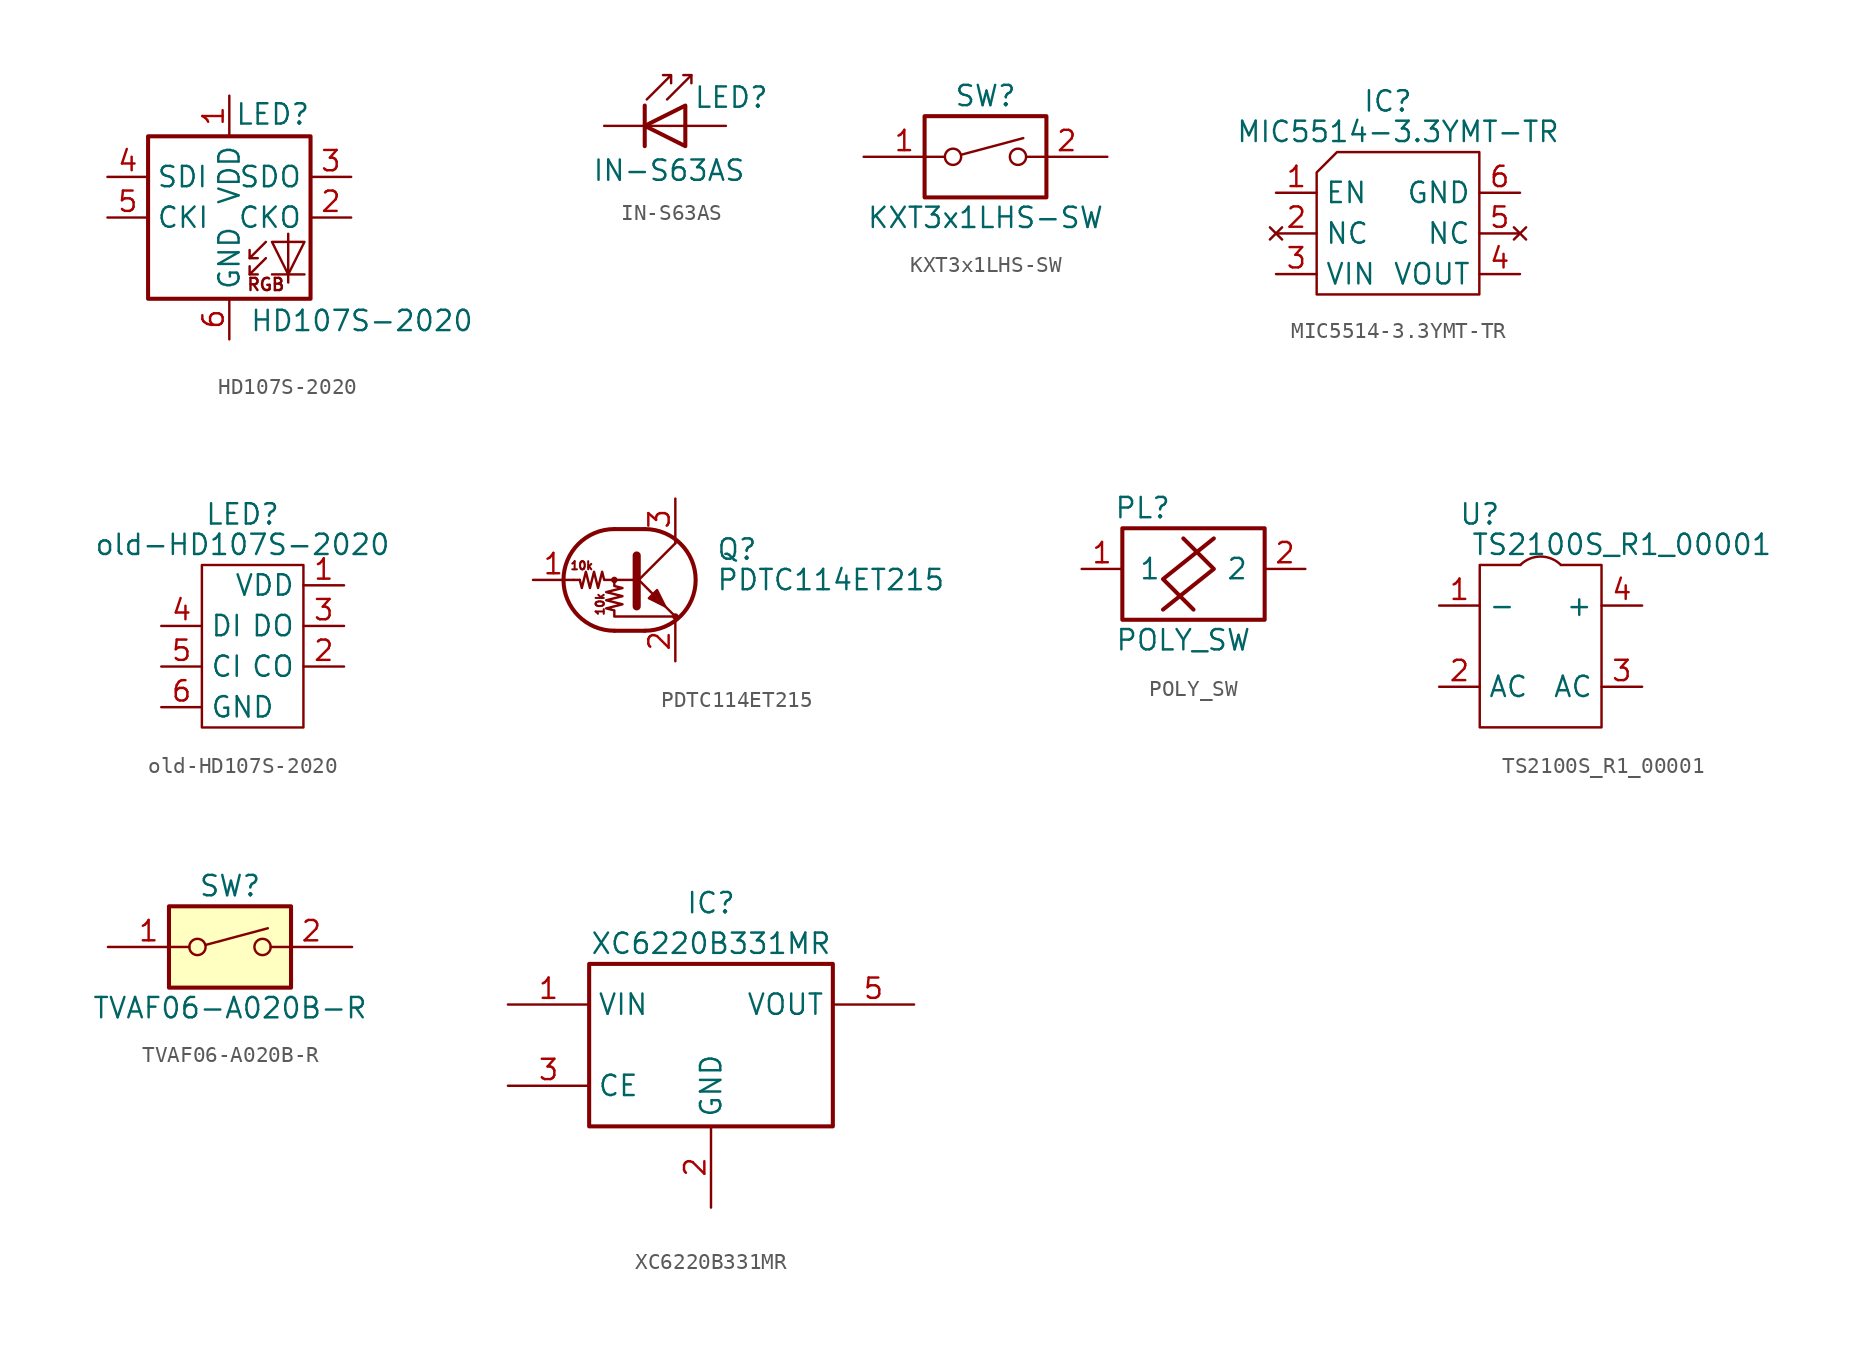
<source format=kicad_sym>
(kicad_symbol_lib
  (version 20211014)
  (generator kicad_symbol_editor)
  (symbol "HD107S-2020"
    (property "Reference" "LED"
      (at 5.08 5.715 0)
      (effects (font (size 1.27 1.27)) (justify right bottom)))
    (property "Value" "HD107S-2020"
      (at 1.27 -5.715 0)
      (effects (font (size 1.27 1.27)) (justify left top)))
    (symbol "HD107S-2020_0_0"
      (text "RGB" (at 2.286 -4.191 0) (effects (font (size 0.762 0.762)))))
    (symbol "HD107S-2020_0_1"
      (polyline (pts (xy 1.27 -3.556) (xy 1.778 -3.556)) (stroke (width 0) (type default) (color 0 0 0 0)) (fill (type none)))
      (polyline (pts (xy 1.27 -2.54) (xy 1.778 -2.54)) (stroke (width 0) (type default) (color 0 0 0 0)) (fill (type none)))
      (polyline (pts (xy 4.699 -3.556) (xy 2.667 -3.556)) (stroke (width 0) (type default) (color 0 0 0 0)) (fill (type none)))
      (polyline (pts (xy 2.286 -2.54) (xy 1.27 -3.556) (xy 1.27 -3.048)) (stroke (width 0) (type default) (color 0 0 0 0)) (fill (type none)))
      (polyline (pts (xy 2.286 -1.524) (xy 1.27 -2.54) (xy 1.27 -2.032)) (stroke (width 0) (type default) (color 0 0 0 0)) (fill (type none)))
      (polyline (pts (xy 3.683 -1.016) (xy 3.683 -3.556) (xy 3.683 -4.064)) (stroke (width 0) (type default) (color 0 0 0 0)) (fill (type none)))
      (polyline (pts (xy 4.699 -1.524) (xy 2.667 -1.524) (xy 3.683 -3.556) (xy 4.699 -1.524)) (stroke (width 0) (type default) (color 0 0 0 0)) (fill (type none)))
      (rectangle (start 5.08 5.08) (end -5.08 -5.08) (stroke (width 0.254) (type default) (color 0 0 0 0)) (fill (type none))))
    (symbol "HD107S-2020_1_1"
      (pin power_in line (at 0 7.62 270) (length 2.54) (name "VDD" (effects (font (size 1.27 1.27)))) (number "1" (effects (font (size 1.27 1.27)))))
      (pin output line (at 7.62 0 180) (length 2.54) (name "CKO" (effects (font (size 1.27 1.27)))) (number "2" (effects (font (size 1.27 1.27)))))
      (pin output line (at 7.62 2.54 180) (length 2.54) (name "SDO" (effects (font (size 1.27 1.27)))) (number "3" (effects (font (size 1.27 1.27)))))
      (pin input line (at -7.62 2.54 0) (length 2.54) (name "SDI" (effects (font (size 1.27 1.27)))) (number "4" (effects (font (size 1.27 1.27)))))
      (pin input line (at -7.62 0 0) (length 2.54) (name "CKI" (effects (font (size 1.27 1.27)))) (number "5" (effects (font (size 1.27 1.27)))))
      (pin power_in line (at 0 -7.62 90) (length 2.54) (name "GND" (effects (font (size 1.27 1.27)))) (number "6" (effects (font (size 1.27 1.27)))))))
  (symbol "IN-S63AS"
    (pin_numbers hide)
    (pin_names
      (offset 1.016) hide)
    (property "Reference" "LED"
      (at 0.508 1.778 0)
      (effects (font (size 1.27 1.27)) (justify left)))
    (property "Value" "IN-S63AS"
      (at -1.016 -2.794 0)
      (effects (font (size 1.27 1.27))))
    (symbol "IN-S63AS_0_1"
      (polyline (pts (xy -2.54 1.27) (xy -2.54 -1.27)) (stroke (width 0.254) (type default) (color 0 0 0 0)) (fill (type none)))
      (polyline (pts (xy 0 0) (xy -2.54 0)) (stroke (width 0) (type default) (color 0 0 0 0)) (fill (type none)))
      (polyline (pts (xy 0.381 3.175) (xy -0.127 3.175)) (stroke (width 0) (type default) (color 0 0 0 0)) (fill (type none)))
      (polyline (pts (xy -1.143 1.651) (xy 0.381 3.175) (xy 0.381 2.667)) (stroke (width 0) (type default) (color 0 0 0 0)) (fill (type none)))
      (polyline (pts (xy 0 -1.27) (xy -2.54 0) (xy 0 1.27) (xy 0 -1.27)) (stroke (width 0.254) (type default) (color 0 0 0 0)) (fill (type none)))
      (polyline (pts (xy -2.413 1.651) (xy -0.889 3.175) (xy -0.889 2.667) (xy -0.889 3.175) (xy -1.397 3.175)) (stroke (width 0) (type default) (color 0 0 0 0)) (fill (type none))))
    (symbol "IN-S63AS_1_1"
      (pin passive line (at -5.08 0 0) (length 2.54) (name "K" (effects (font (size 1.27 1.27)))) (number "1" (effects (font (size 1.27 1.27)))))
      (pin passive line (at 2.54 0 180) (length 2.54) (name "A" (effects (font (size 1.27 1.27)))) (number "2" (effects (font (size 1.27 1.27)))))))
  (symbol "KXT3x1LHS-SW"
    (pin_names
      (offset 0) hide)
    (property "Reference" "SW"
      (at 0 3.81 0)
      (effects (font (size 1.27 1.27))))
    (property "Value" "KXT3x1LHS-SW"
      (at 0 -3.81 0)
      (effects (font (size 1.27 1.27))))
    (symbol "KXT3x1LHS-SW_0_0"
      (circle (center -2.032 0) (radius 0.508) (stroke (width 0) (type default) (color 0 0 0 0)) (fill (type none)))
      (polyline (pts (xy -1.524 0.127) (xy 2.362 1.168)) (stroke (width 0) (type default) (color 0 0 0 0)) (fill (type none)))
      (circle (center 2.032 0) (radius 0.508) (stroke (width 0) (type default) (color 0 0 0 0)) (fill (type none))))
    (symbol "KXT3x1LHS-SW_0_1"
      (rectangle (start -3.81 2.54) (end 3.81 -2.54) (stroke (width 0.254) (type default) (color 0 0 0 0)) (fill (type none))))
    (symbol "KXT3x1LHS-SW_1_1"
      (pin passive line (at -7.62 0 0) (length 5.08) (name "~" (effects (font (size 1.27 1.27)))) (number "1" (effects (font (size 1.27 1.27)))))
      (pin passive line (at 7.62 0 180) (length 5.08) (name "~" (effects (font (size 1.27 1.27)))) (number "2" (effects (font (size 1.27 1.27)))))))
  (symbol "MIC5514-3.3YMT-TR"
    (property "Reference" "IC"
      (at 4.445 3.175 0)
      (effects (font (size 1.27 1.27))))
    (property "Value" "MIC5514-3.3YMT-TR"
      (at 5.08 1.27 0)
      (effects (font (size 1.27 1.27))))
    (symbol "MIC5514-3.3YMT-TR_0_1"
      (polyline (pts (xy 1.27 0) (xy 0 -1.27) (xy 0 -8.89) (xy 10.16 -8.89) (xy 10.16 0) (xy 1.27 0)) (stroke (width 0) (type default) (color 0 0 0 0)) (fill (type none))))
    (symbol "MIC5514-3.3YMT-TR_1_1"
      (pin input line (at -2.54 -2.54 0) (length 2.54) (name "EN" (effects (font (size 1.27 1.27)))) (number "1" (effects (font (size 1.27 1.27)))))
      (pin no_connect line (at -2.54 -5.08 0) (length 2.54) (name "NC" (effects (font (size 1.27 1.27)))) (number "2" (effects (font (size 1.27 1.27)))))
      (pin power_in line (at -2.54 -7.62 0) (length 2.54) (name "VIN" (effects (font (size 1.27 1.27)))) (number "3" (effects (font (size 1.27 1.27)))))
      (pin power_out line (at 12.7 -7.62 180) (length 2.54) (name "VOUT" (effects (font (size 1.27 1.27)))) (number "4" (effects (font (size 1.27 1.27)))))
      (pin no_connect line (at 12.7 -5.08 180) (length 2.54) (name "NC" (effects (font (size 1.27 1.27)))) (number "5" (effects (font (size 1.27 1.27)))))
      (pin power_in line (at 12.7 -2.54 180) (length 2.54) (name "GND" (effects (font (size 1.27 1.27)))) (number "6" (effects (font (size 1.27 1.27)))))))
  (symbol "old-HD107S-2020"
    (property "Reference" "LED"
      (at 2.54 3.175 0)
      (effects (font (size 1.27 1.27))))
    (property "Value" "old-HD107S-2020"
      (at 2.54 1.27 0)
      (effects (font (size 1.27 1.27))))
    (symbol "old-HD107S-2020_0_1"
      (rectangle (start 0 0) (end 6.35 -10.16) (stroke (width 0) (type default) (color 0 0 0 0)) (fill (type none))))
    (symbol "old-HD107S-2020_1_1"
      (pin power_in line (at 8.89 -1.27 180) (length 2.54) (name "VDD" (effects (font (size 1.27 1.27)))) (number "1" (effects (font (size 1.27 1.27)))))
      (pin output line (at 8.89 -6.35 180) (length 2.54) (name "CO" (effects (font (size 1.27 1.27)))) (number "2" (effects (font (size 1.27 1.27)))))
      (pin output line (at 8.89 -3.81 180) (length 2.54) (name "DO" (effects (font (size 1.27 1.27)))) (number "3" (effects (font (size 1.27 1.27)))))
      (pin input line (at -2.54 -3.81 0) (length 2.54) (name "DI" (effects (font (size 1.27 1.27)))) (number "4" (effects (font (size 1.27 1.27)))))
      (pin input line (at -2.54 -6.35 0) (length 2.54) (name "CI" (effects (font (size 1.27 1.27)))) (number "5" (effects (font (size 1.27 1.27)))))
      (pin power_in line (at -2.54 -8.89 0) (length 2.54) (name "GND" (effects (font (size 1.27 1.27)))) (number "6" (effects (font (size 1.27 1.27)))))))
  (symbol "PDTC114ET215"
    (pin_names
      (offset 0) hide)
    (property "Reference" "Q"
      (at 5.08 1.905 0)
      (effects (font (size 1.27 1.27)) (justify left)))
    (property "Value" "PDTC114ET215"
      (at 5.08 0 0)
      (effects (font (size 1.27 1.27)) (justify left)))
    (symbol "PDTC114ET215_0_0"
      (text "10k" (at -3.302 0.889 0) (effects (font (size 0.508 0.508))))
      (text "10k" (at -2.159 -1.524 900) (effects (font (size 0.508 0.508)))))
    (symbol "PDTC114ET215_0_1"
      (circle (center -1.27 0) (radius 0.127) (stroke (width 0) (type default) (color 0 0 0 0)) (fill (type none)))
      (arc (start -1.27 3.175) (mid -4.445 0) (end -1.27 -3.175) (stroke (width 0.254) (type default) (color 0 0 0 0)) (fill (type none)))
      (polyline (pts (xy -3.429 0) (xy -3.81 0)) (stroke (width 0) (type default) (color 0 0 0 0)) (fill (type none)))
      (polyline (pts (xy -1.27 -3.175) (xy 0.635 -3.175)) (stroke (width 0.254) (type default) (color 0 0 0 0)) (fill (type none)))
      (polyline (pts (xy -1.27 3.175) (xy 0.635 3.175)) (stroke (width 0.254) (type default) (color 0 0 0 0)) (fill (type none)))
      (polyline (pts (xy 0 -0.254) (xy 2.54 2.286)) (stroke (width 0) (type default) (color 0 0 0 0)) (fill (type none)))
      (polyline (pts (xy 0.127 1.524) (xy 0.127 -1.651)) (stroke (width 0.508) (type default) (color 0 0 0 0)) (fill (type outline)))
      (polyline (pts (xy 2.54 2.286) (xy 2.54 2.54)) (stroke (width 0) (type default) (color 0 0 0 0)) (fill (type none)))
      (polyline (pts (xy 2.54 -2.286) (xy 0 0.254) (xy 0 0.254)) (stroke (width 0) (type default) (color 0 0 0 0)) (fill (type none)))
      (polyline (pts (xy 0.889 -1.143) (xy 1.397 -0.635) (xy 1.905 -1.651) (xy 0.889 -1.143)) (stroke (width 0) (type default) (color 0 0 0 0)) (fill (type outline)))
      (polyline (pts (xy 0 0) (xy -1.905 0) (xy -2.032 0.508) (xy -2.286 -0.508) (xy -2.54 0.508) (xy -2.794 -0.508) (xy -3.048 0.508) (xy -3.302 -0.508) (xy -3.429 0)) (stroke (width 0) (type default) (color 0 0 0 0)) (fill (type none)))
      (polyline (pts (xy -1.27 0) (xy -1.27 -0.381) (xy -0.762 -0.508) (xy -1.778 -0.762) (xy -0.762 -1.016) (xy -1.778 -1.27) (xy -0.762 -1.524) (xy -1.778 -1.778) (xy -1.27 -1.905) (xy -1.27 -2.286) (xy 2.54 -2.286)) (stroke (width 0) (type default) (color 0 0 0 0)) (fill (type none)))
      (arc (start 0.635 -3.175) (mid 3.81 0) (end 0.635 3.175) (stroke (width 0.254) (type default) (color 0 0 0 0)) (fill (type none)))
      (circle (center 2.54 -2.286) (radius 0.127) (stroke (width 0) (type default) (color 0 0 0 0)) (fill (type none))))
    (symbol "PDTC114ET215_1_1"
      (pin input line (at -6.35 0 0) (length 2.54) (name "B" (effects (font (size 1.27 1.27)))) (number "1" (effects (font (size 1.27 1.27)))))
      (pin passive line (at 2.54 -5.08 90) (length 2.54) (name "E" (effects (font (size 1.27 1.27)))) (number "2" (effects (font (size 1.27 1.27)))))
      (pin passive line (at 2.54 5.08 270) (length 2.54) (name "C" (effects (font (size 1.27 1.27)))) (number "3" (effects (font (size 1.27 1.27)))))))
  (symbol "POLY_SW"
    (pin_names
      (offset 1.016))
    (property "Reference" "PL"
      (at 1.27 1.27 0)
      (effects (font (size 1.27 1.27))))
    (property "Value" "POLY_SW"
      (at 3.81 -6.985 0)
      (effects (font (size 1.27 1.27))))
    (symbol "POLY_SW_0_1"
      (polyline (pts (xy 3.81 -0.635) (xy 5.715 -2.54) (xy 2.54 -5.08)) (stroke (width 0.254) (type default) (color 0 0 0 0)) (fill (type none)))
      (polyline (pts (xy 5.715 -0.635) (xy 2.54 -3.175) (xy 4.445 -5.08)) (stroke (width 0.254) (type default) (color 0 0 0 0)) (fill (type none)))
      (polyline (pts (xy 0 0) (xy 8.89 0) (xy 8.89 -5.715) (xy 0 -5.715) (xy 0 0)) (stroke (width 0.254) (type default) (color 0 0 0 0)) (fill (type none))))
    (symbol "POLY_SW_1_1"
      (pin passive line (at -2.54 -2.54 0) (length 2.54) (name "1" (effects (font (size 1.27 1.27)))) (number "1" (effects (font (size 1.27 1.27)))))
      (pin passive line (at 11.43 -2.54 180) (length 2.54) (name "2" (effects (font (size 1.27 1.27)))) (number "2" (effects (font (size 1.27 1.27)))))))
  (symbol "TS2100S_R1_00001"
    (property "Reference" "U"
      (at 0 3.175 0)
      (effects (font (size 1.27 1.27))))
    (property "Value" "TS2100S_R1_00001"
      (at 8.89 1.27 0)
      (effects (font (size 1.27 1.27))))
    (symbol "TS2100S_R1_00001_0_1"
      (polyline (pts (xy 2.54 0) (xy 0 0) (xy 0 -10.16) (xy 7.62 -10.16) (xy 7.62 0) (xy 5.08 0)) (stroke (width 0) (type default) (color 0 0 0 0)) (fill (type none)))
      (arc (start 5.08 0) (mid 3.81 3.0662) (end 2.54 0) (stroke (width 0) (type default) (color 0 0 0 0)) (fill (type none))))
    (symbol "TS2100S_R1_00001_1_1"
      (pin input line (at -2.54 -2.54 0) (length 2.54) (name "-" (effects (font (size 1.27 1.27)))) (number "1" (effects (font (size 1.27 1.27)))))
      (pin output line (at -2.54 -7.62 0) (length 2.54) (name "AC" (effects (font (size 1.27 1.27)))) (number "2" (effects (font (size 1.27 1.27)))))
      (pin input line (at 10.16 -7.62 180) (length 2.54) (name "AC" (effects (font (size 1.27 1.27)))) (number "3" (effects (font (size 1.27 1.27)))))
      (pin input line (at 10.16 -2.54 180) (length 2.54) (name "+" (effects (font (size 1.27 1.27)))) (number "4" (effects (font (size 1.27 1.27)))))))
  (symbol "TVAF06-A020B-R"
    (pin_names
      (offset 0) hide)
    (property "Reference" "SW"
      (at 0 3.81 0)
      (effects (font (size 1.27 1.27))))
    (property "Value" "TVAF06-A020B-R"
      (at 0 -3.81 0)
      (effects (font (size 1.27 1.27))))
    (symbol "TVAF06-A020B-R_0_0"
      (circle (center -2.032 0) (radius 0.508) (stroke (width 0) (type default) (color 0 0 0 0)) (fill (type none)))
      (polyline (pts (xy -1.524 0.127) (xy 2.362 1.168)) (stroke (width 0) (type default) (color 0 0 0 0)) (fill (type none)))
      (circle (center 2.032 0) (radius 0.508) (stroke (width 0) (type default) (color 0 0 0 0)) (fill (type none))))
    (symbol "TVAF06-A020B-R_0_1"
      (rectangle (start -3.81 2.54) (end 3.81 -2.54) (stroke (width 0.254) (type default) (color 0 0 0 0)) (fill (type background))))
    (symbol "TVAF06-A020B-R_1_1"
      (pin passive line (at -7.62 0 0) (length 5.08) (name "~" (effects (font (size 1.27 1.27)))) (number "1" (effects (font (size 1.27 1.27)))))
      (pin passive line (at 7.62 0 180) (length 5.08) (name "~" (effects (font (size 1.27 1.27)))) (number "2" (effects (font (size 1.27 1.27)))))))
  (symbol "XC6220B331MR"
    (property "Reference" "IC"
      (at 0 8.89 0)
      (effects (font (size 1.27 1.27))))
    (property "Value" "XC6220B331MR"
      (at 0 6.35 0)
      (effects (font (size 1.27 1.27))))
    (symbol "XC6220B331MR_0_1"
      (rectangle (start -7.62 5.08) (end 7.62 -5.08) (stroke (width 0.254) (type default) (color 0 0 0 0)) (fill (type none))))
    (symbol "XC6220B331MR_1_1"
      (pin power_in line (at -12.7 2.54 0) (length 5.08) (name "VIN" (effects (font (size 1.27 1.27)))) (number "1" (effects (font (size 1.27 1.27)))))
      (pin power_in line (at 0 -10.16 90) (length 5.08) (name "GND" (effects (font (size 1.27 1.27)))) (number "2" (effects (font (size 1.27 1.27)))))
      (pin input line (at -12.7 -2.54 0) (length 5.08) (name "CE" (effects (font (size 1.27 1.27)))) (number "3" (effects (font (size 1.27 1.27)))))
      (pin no_connect line (at 12.7 -2.54 180) (length 5.08) hide (name "NC" (effects (font (size 1.27 1.27)))) (number "4" (effects (font (size 1.27 1.27)))))
      (pin power_out line (at 12.7 2.54 180) (length 5.08) (name "VOUT" (effects (font (size 1.27 1.27)))) (number "5" (effects (font (size 1.27 1.27))))))))
</source>
